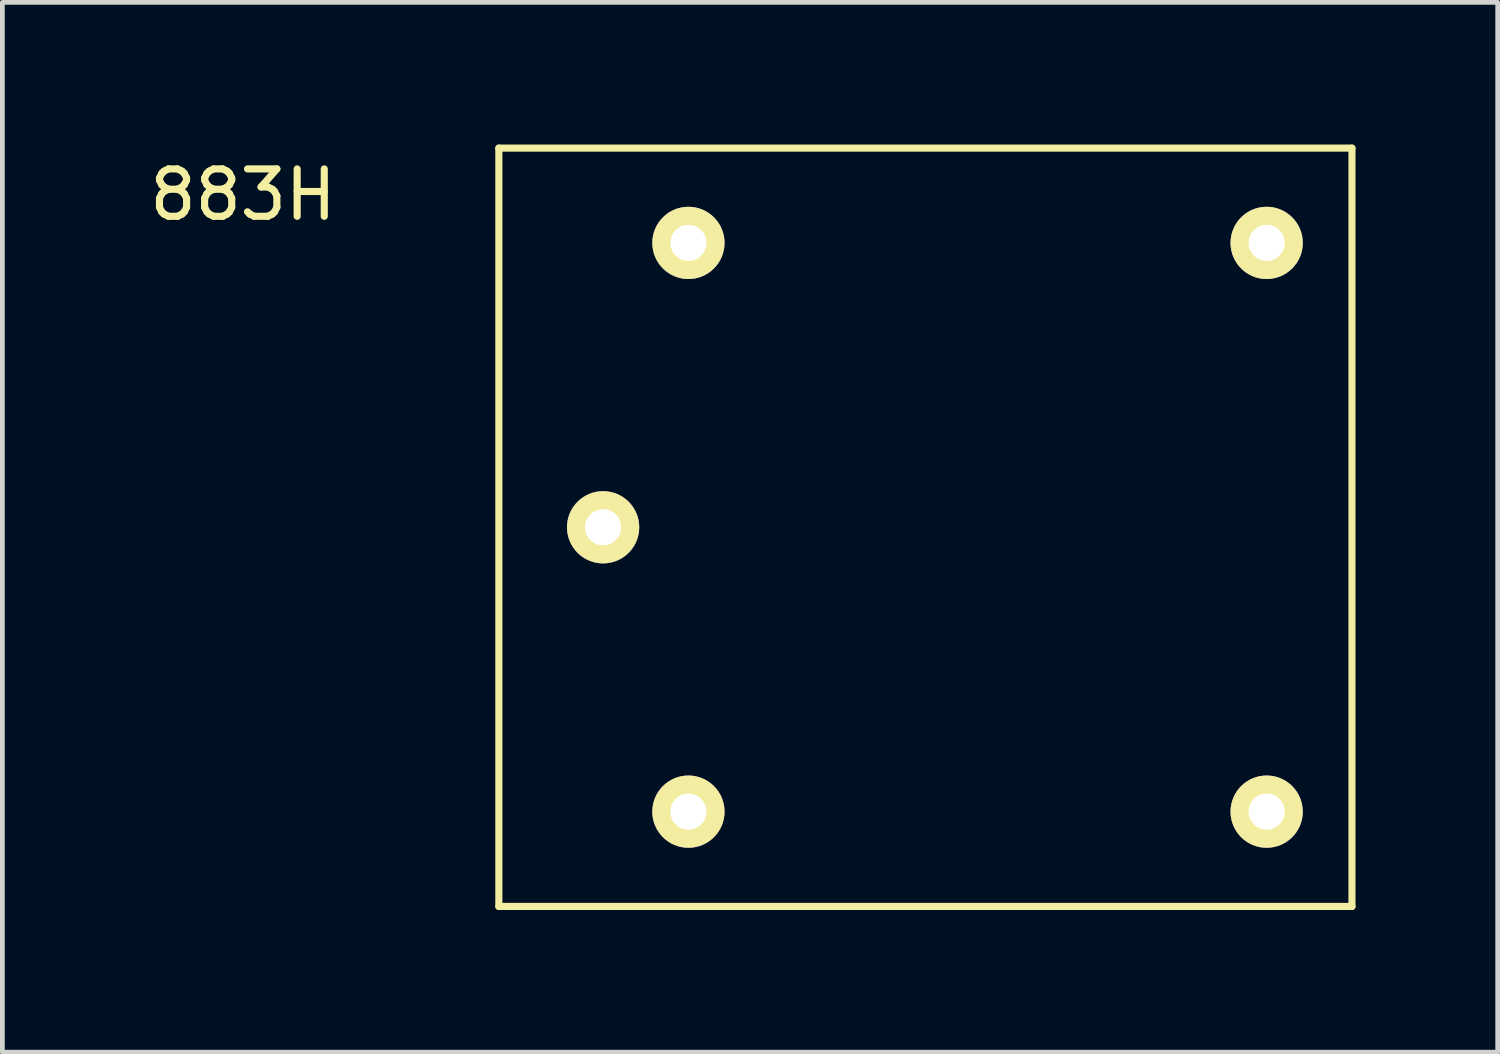
<source format=kicad_pcb>
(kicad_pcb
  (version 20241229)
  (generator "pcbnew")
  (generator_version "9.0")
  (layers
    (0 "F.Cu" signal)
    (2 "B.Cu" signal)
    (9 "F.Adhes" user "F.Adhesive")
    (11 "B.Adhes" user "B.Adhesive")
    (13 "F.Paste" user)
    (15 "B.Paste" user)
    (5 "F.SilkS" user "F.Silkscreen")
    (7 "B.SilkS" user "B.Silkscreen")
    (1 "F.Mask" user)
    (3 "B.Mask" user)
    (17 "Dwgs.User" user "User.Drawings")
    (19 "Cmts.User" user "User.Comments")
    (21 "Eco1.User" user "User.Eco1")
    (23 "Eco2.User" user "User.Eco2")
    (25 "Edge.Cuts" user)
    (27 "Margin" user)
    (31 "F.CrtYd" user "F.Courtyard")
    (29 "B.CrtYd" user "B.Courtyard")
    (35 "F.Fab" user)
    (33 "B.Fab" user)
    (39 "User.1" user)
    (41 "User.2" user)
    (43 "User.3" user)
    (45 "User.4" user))
  (footprint "883H"
    (layer "F.Cu")
    (at 11.475 2.075)
    (property "Reference" "883H" (at -9.398 -1.016 0) (layer "F.SilkS") (effects (font (size 1 1) (thickness 0.15))))
    (attr through_hole)
    (fp_line (start -4 -2) (end 14 -2) (stroke (width 0.15) (type solid)) (layer "F.SilkS"))
    (fp_line (start -4 14) (end -4 -2) (stroke (width 0.15) (type solid)) (layer "F.SilkS"))
    (fp_line (start 14 -2) (end 14 14) (stroke (width 0.15) (type solid)) (layer "F.SilkS"))
    (fp_line (start 14 14) (end -4 14) (stroke (width 0.15) (type solid)) (layer "F.SilkS"))
    (pad "3" thru_hole circle (at 12.2 12) (size 1.524 1.524) (drill 0.762) (layers "*.Cu" "*.Mask" "F.SilkS"))
    (pad "11" thru_hole circle (at -1.8 6) (size 1.524 1.524) (drill 0.762) (layers "*.Cu" "*.Mask" "F.SilkS"))
    (pad "14" thru_hole circle (at 12.2 0) (size 1.524 1.524) (drill 0.762) (layers "*.Cu" "*.Mask" "F.SilkS"))
    (pad "A1" thru_hole circle (at 0 0) (size 1.524 1.524) (drill 0.762) (layers "*.Cu" "*.Mask" "F.SilkS"))
    (pad "A2" thru_hole circle (at 0 12) (size 1.524 1.524) (drill 0.762) (layers "*.Cu" "*.Mask" "F.SilkS")))
  (gr_rect
    (start -3 -3)
    (end 28.55 19.15)
    (stroke (width 0.1) (type default))
    (fill no)
    (layer "Edge.Cuts")))
</source>
